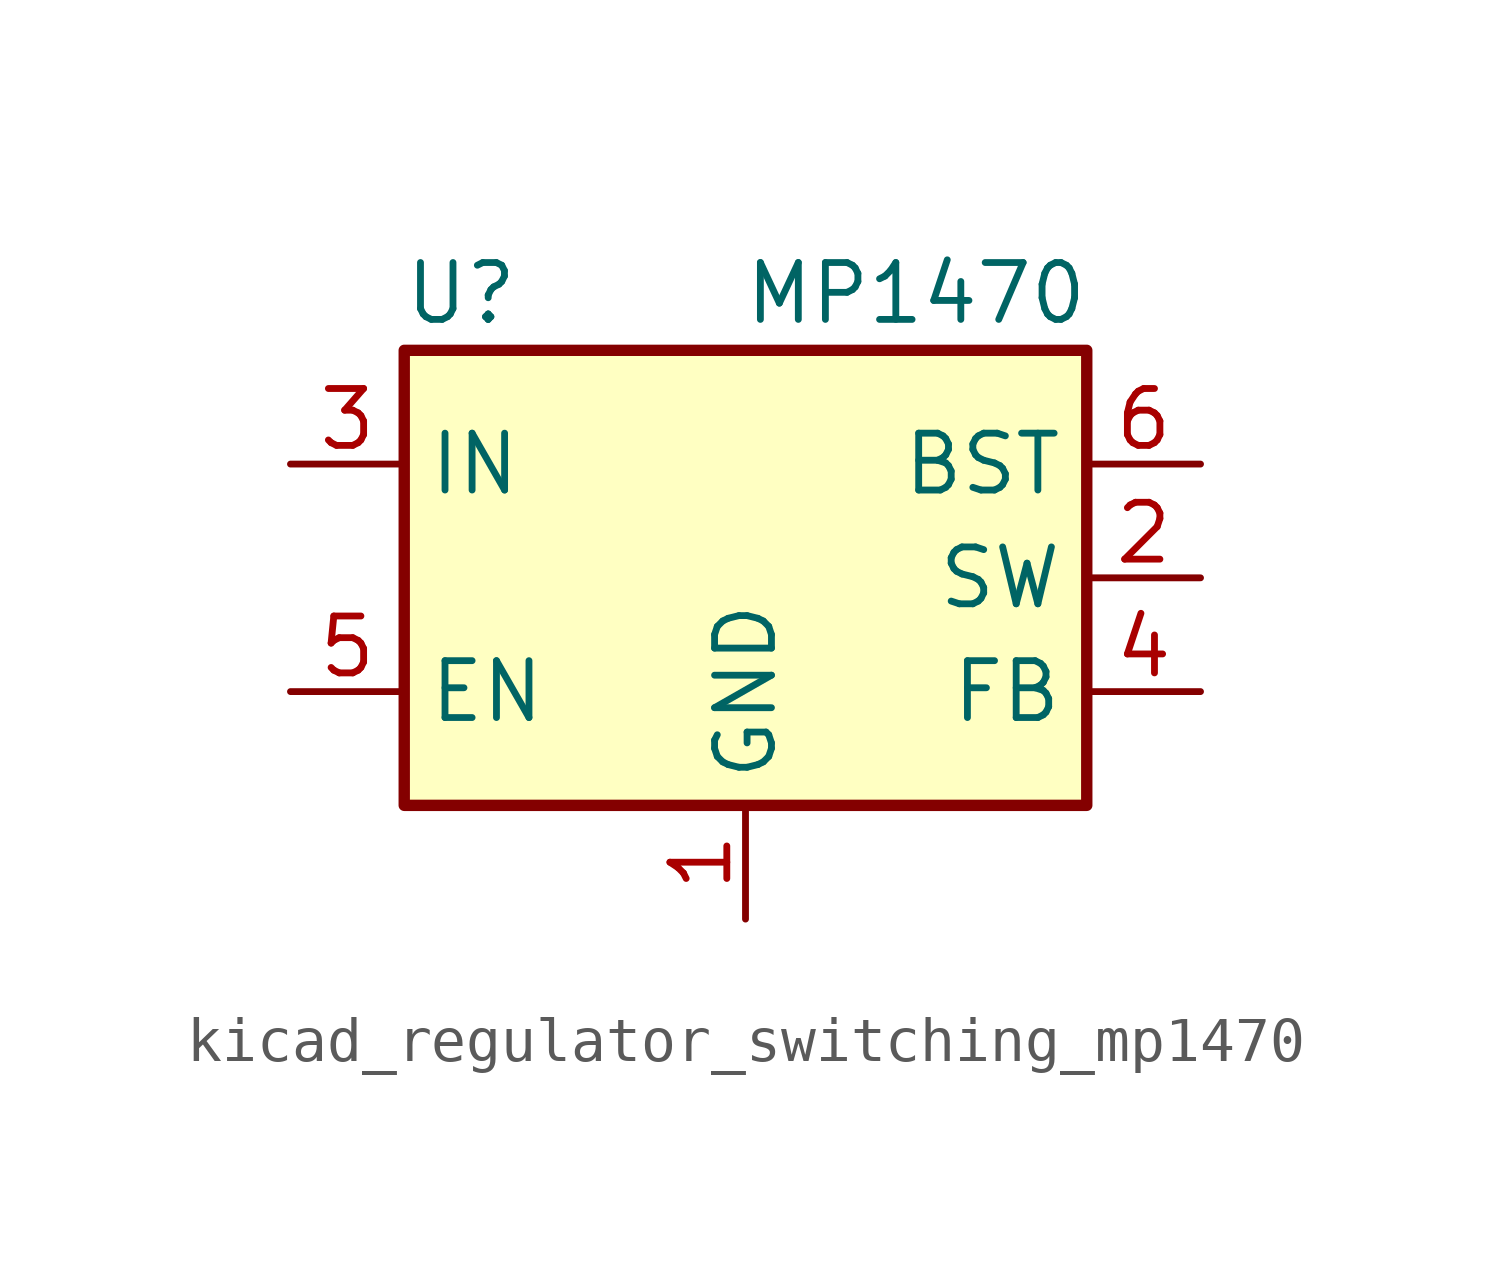
<source format=kicad_sym>
(kicad_symbol_lib
  (version 20220914)
  (generator kicad_symbol_editor)
  (symbol "kicad_regulator_switching_mp1470"
    (property "Reference" "U"
      (at -6.35 6.35 0)
      (effects (font (size 1.27 1.27))))
    (property "Value" "MP1470"
      (at 3.81 6.35 0)
      (effects (font (size 1.27 1.27))))
    (symbol "kicad_regulator_switching_mp1470_0_1"
      (rectangle (start -7.62 5.08) (end 7.62 -5.08) (stroke (width 0.254) (type default)) (fill (type background))))
    (symbol "kicad_regulator_switching_mp1470_1_1"
      (pin power_in line (at 0 -7.62 90) (length 2.54) (name "GND" (effects (font (size 1.27 1.27)))) (number "1" (effects (font (size 1.27 1.27)))))
      (pin power_out line (at 10.16 0 180) (length 2.54) (name "SW" (effects (font (size 1.27 1.27)))) (number "2" (effects (font (size 1.27 1.27)))))
      (pin power_in line (at -10.16 2.54 0) (length 2.54) (name "IN" (effects (font (size 1.27 1.27)))) (number "3" (effects (font (size 1.27 1.27)))))
      (pin input line (at 10.16 -2.54 180) (length 2.54) (name "FB" (effects (font (size 1.27 1.27)))) (number "4" (effects (font (size 1.27 1.27)))))
      (pin input line (at -10.16 -2.54 0) (length 2.54) (name "EN" (effects (font (size 1.27 1.27)))) (number "5" (effects (font (size 1.27 1.27)))))
      (pin passive line (at 10.16 2.54 180) (length 2.54) (name "BST" (effects (font (size 1.27 1.27)))) (number "6" (effects (font (size 1.27 1.27))))))))
</source>
